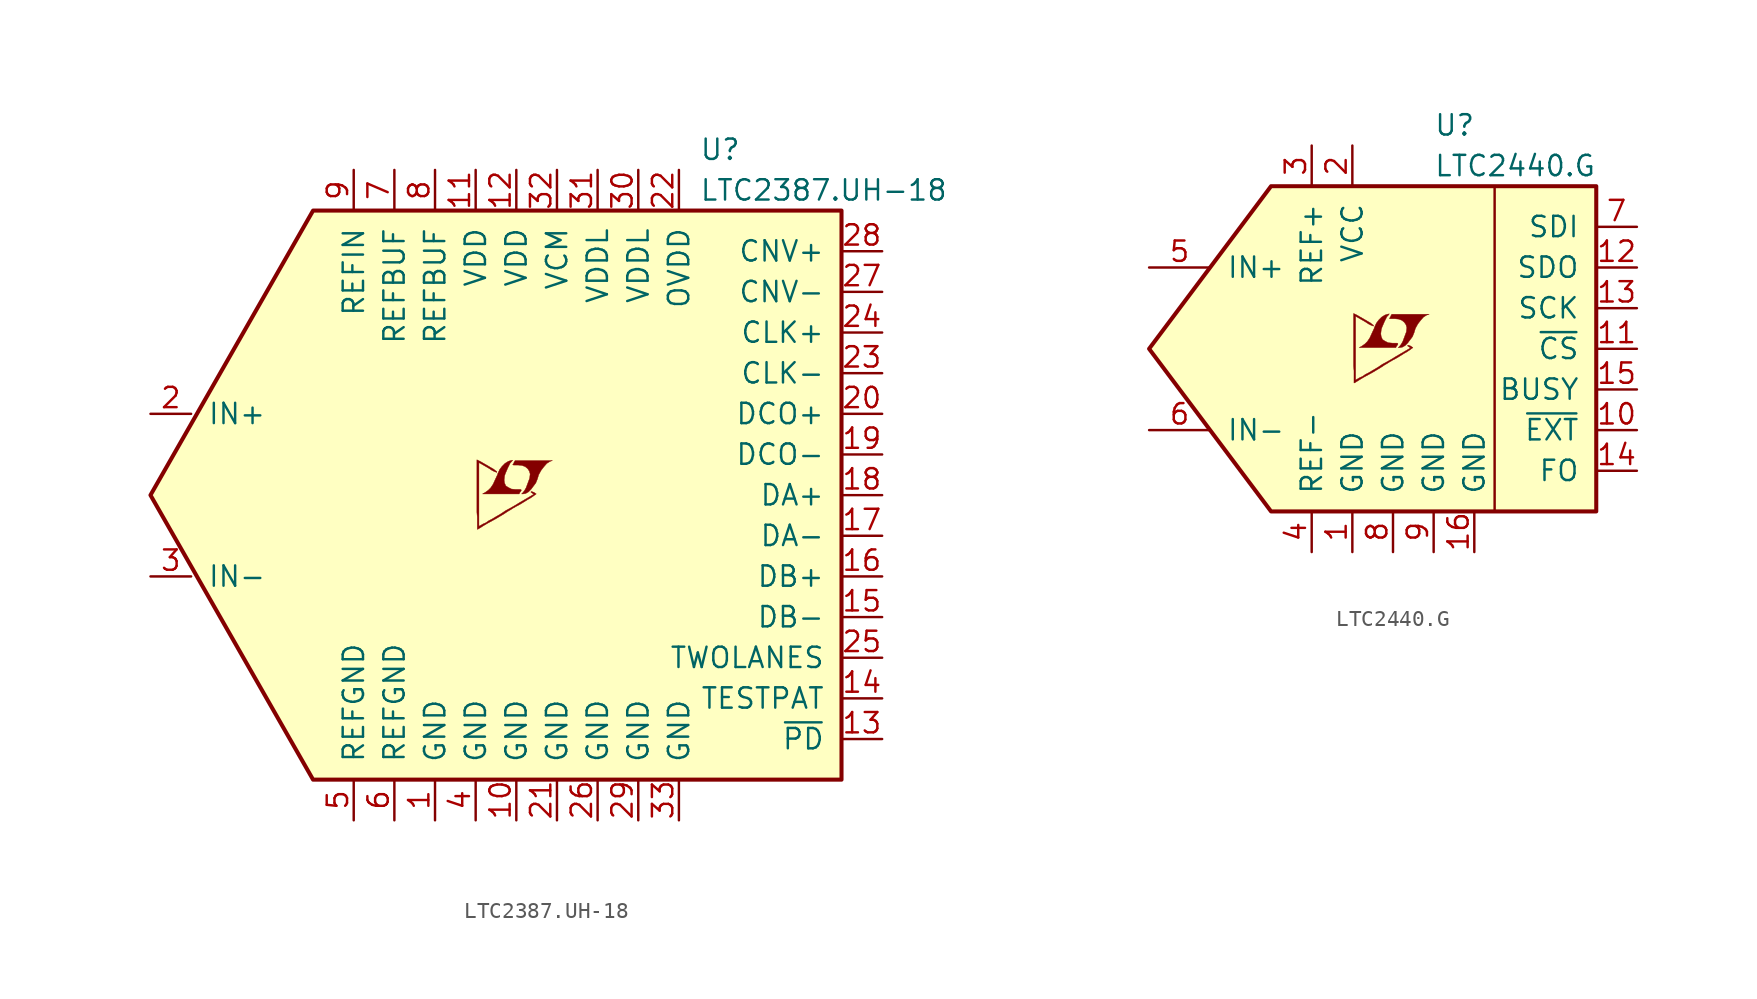
<source format=kicad_sym>
(kicad_symbol_lib
  (version 20201005)
  (generator kicad_symbol_editor)
  (symbol "LTC2387.UH-18"
    (pin_names
      (offset 1.016))
    (property "Reference" "U"
      (at 11.43 21.59 0)
      (effects (font (size 1.27 1.27)) (justify left)))
    (property "Value" "LTC2387.UH-18"
      (at 11.43 19.05 0)
      (effects (font (size 1.27 1.27)) (justify left)))
    (symbol "LTC2387.UH-18_0_0"
      (polyline (pts (xy 0.584 0.102) (xy 0.762 0.203) (xy 0.914 0.356) (xy 1.219 0.762) (xy 1.321 1.016) (xy 1.397 1.27) (xy 1.549 1.549) (xy 1.727 1.778) (xy 1.905 1.981) (xy 2.108 2.108) (xy 2.261 2.159) (xy -0.076 2.159) (xy -0.152 2.032) (xy -0.152 2.007) (xy -0.203 1.93) (xy -0.229 1.905) (xy -0.178 1.88) (xy 0.102 1.88) (xy 0.356 1.854) (xy 0.559 1.778) (xy 0.711 1.651) (xy 0.813 1.499) (xy 0.864 1.321) (xy 0.838 1.092) (xy 0.838 1.067) (xy 0.61 0.457) (xy 0.508 0.279) (xy 0.406 0.152) (xy 0.33 0.076) (xy 0.432 0.076) (xy 0.584 0.102)) (stroke (width 0.025)) (fill (type outline)))
      (polyline (pts (xy 0.229 0.178) (xy 0.254 0.203) (xy 0.305 0.279) (xy 0.305 0.33) (xy 0.254 0.356) (xy -0.051 0.356) (xy -0.305 0.381) (xy -0.508 0.483) (xy -0.66 0.584) (xy -0.737 0.762) (xy -0.762 0.94) (xy -0.737 1.168) (xy -0.737 1.194) (xy -0.686 1.346) (xy -0.533 1.702) (xy -0.381 2.007) (xy -0.305 2.083) (xy -0.229 2.184) (xy -0.356 2.159) (xy -0.508 2.108) (xy -0.711 1.981) (xy -0.889 1.803) (xy -1.041 1.6) (xy -1.168 1.321) (xy -1.168 1.295) (xy -1.321 0.965) (xy -1.448 0.686) (xy -1.6 0.457) (xy -1.753 0.305) (xy -1.93 0.178) (xy -2.108 0.076) (xy 0.178 0.076) (xy 0.229 0.178)) (stroke (width 0.025)) (fill (type outline)))
      (polyline (pts (xy -2.362 -2.108) (xy -2.286 -2.057) (xy -2.159 -1.981) (xy -2.083 -1.93) (xy -1.829 -1.778) (xy -1.27 -1.473) (xy -0.762 -1.168) (xy -0.533 -1.016) (xy -0.356 -0.914) (xy -0.203 -0.813) (xy -0.102 -0.762) (xy -0.025 -0.711) (xy 0.127 -0.635) (xy 0.305 -0.533) (xy 0.711 -0.279) (xy 0.889 -0.178) (xy 1.041 -0.076) (xy 1.143 0) (xy 1.219 0.051) (xy 1.245 0.076) (xy 1.092 0.178) (xy 0.94 0.229) (xy 0.914 0.203) (xy 0.914 0.178) (xy 0.991 0.127) (xy 1.092 0.051) (xy 0.178 -0.483) (xy -0.025 -0.61) (xy -0.33 -0.787) (xy -0.66 -0.965) (xy -0.965 -1.168) (xy -1.27 -1.346) (xy -1.524 -1.499) (xy -1.727 -1.6) (xy -1.905 -1.727) (xy -2.083 -1.803) (xy -2.21 -1.88) (xy -2.311 -1.93) (xy -2.337 -1.956) (xy -2.337 2.032) (xy -1.803 1.727) (xy -1.676 1.651) (xy -1.524 1.549) (xy -1.372 1.473) (xy -1.295 1.448) (xy -1.245 1.422) (xy -1.219 1.422) (xy -1.219 1.473) (xy -1.295 1.524) (xy -1.422 1.626) (xy -1.6 1.727) (xy -1.727 1.803) (xy -2.083 2.007) (xy -2.21 2.083) (xy -2.464 2.21) (xy -2.464 -1.067) (xy -2.438 -1.372) (xy -2.438 -2.134) (xy -2.413 -2.134) (xy -2.362 -2.108)) (stroke (width 0.025)) (fill (type outline))))
    (symbol "LTC2387.UH-18_0_1"
      (polyline (pts (xy 20.32 17.78) (xy 20.32 -17.78) (xy -12.7 -17.78) (xy -22.86 0) (xy -12.7 17.78) (xy 20.32 17.78)) (stroke (width 0.254)) (fill (type background))))
    (symbol "LTC2387.UH-18_1_1"
      (pin power_in line (at -5.08 -20.32 90) (length 2.54) (name "GND" (effects (font (size 1.27 1.27)))) (number "1" (effects (font (size 1.27 1.27)))))
      (pin power_in line (at 0 -20.32 90) (length 2.54) (name "GND" (effects (font (size 1.27 1.27)))) (number "10" (effects (font (size 1.27 1.27)))))
      (pin power_in line (at -2.54 20.32 270) (length 2.54) (name "VDD" (effects (font (size 1.27 1.27)))) (number "11" (effects (font (size 1.27 1.27)))))
      (pin power_in line (at 0 20.32 270) (length 2.54) (name "VDD" (effects (font (size 1.27 1.27)))) (number "12" (effects (font (size 1.27 1.27)))))
      (pin input line (at 22.86 -15.24 180) (length 2.54) (name "~PD~" (effects (font (size 1.27 1.27)))) (number "13" (effects (font (size 1.27 1.27)))))
      (pin input line (at 22.86 -12.7 180) (length 2.54) (name "TESTPAT" (effects (font (size 1.27 1.27)))) (number "14" (effects (font (size 1.27 1.27)))))
      (pin output line (at 22.86 -7.62 180) (length 2.54) (name "DB-" (effects (font (size 1.27 1.27)))) (number "15" (effects (font (size 1.27 1.27)))))
      (pin output line (at 22.86 -5.08 180) (length 2.54) (name "DB+" (effects (font (size 1.27 1.27)))) (number "16" (effects (font (size 1.27 1.27)))))
      (pin output line (at 22.86 -2.54 180) (length 2.54) (name "DA-" (effects (font (size 1.27 1.27)))) (number "17" (effects (font (size 1.27 1.27)))))
      (pin output line (at 22.86 0 180) (length 2.54) (name "DA+" (effects (font (size 1.27 1.27)))) (number "18" (effects (font (size 1.27 1.27)))))
      (pin output line (at 22.86 2.54 180) (length 2.54) (name "DCO-" (effects (font (size 1.27 1.27)))) (number "19" (effects (font (size 1.27 1.27)))))
      (pin input line (at -22.86 5.08 0) (length 2.54) (name "IN+" (effects (font (size 1.27 1.27)))) (number "2" (effects (font (size 1.27 1.27)))))
      (pin output line (at 22.86 5.08 180) (length 2.54) (name "DCO+" (effects (font (size 1.27 1.27)))) (number "20" (effects (font (size 1.27 1.27)))))
      (pin power_in line (at 2.54 -20.32 90) (length 2.54) (name "GND" (effects (font (size 1.27 1.27)))) (number "21" (effects (font (size 1.27 1.27)))))
      (pin power_in line (at 10.16 20.32 270) (length 2.54) (name "OVDD" (effects (font (size 1.27 1.27)))) (number "22" (effects (font (size 1.27 1.27)))))
      (pin input line (at 22.86 7.62 180) (length 2.54) (name "CLK-" (effects (font (size 1.27 1.27)))) (number "23" (effects (font (size 1.27 1.27)))))
      (pin input line (at 22.86 10.16 180) (length 2.54) (name "CLK+" (effects (font (size 1.27 1.27)))) (number "24" (effects (font (size 1.27 1.27)))))
      (pin input line (at 22.86 -10.16 180) (length 2.54) (name "TWOLANES" (effects (font (size 1.27 1.27)))) (number "25" (effects (font (size 1.27 1.27)))))
      (pin power_in line (at 5.08 -20.32 90) (length 2.54) (name "GND" (effects (font (size 1.27 1.27)))) (number "26" (effects (font (size 1.27 1.27)))))
      (pin input line (at 22.86 12.7 180) (length 2.54) (name "CNV-" (effects (font (size 1.27 1.27)))) (number "27" (effects (font (size 1.27 1.27)))))
      (pin input line (at 22.86 15.24 180) (length 2.54) (name "CNV+" (effects (font (size 1.27 1.27)))) (number "28" (effects (font (size 1.27 1.27)))))
      (pin power_in line (at 7.62 -20.32 90) (length 2.54) (name "GND" (effects (font (size 1.27 1.27)))) (number "29" (effects (font (size 1.27 1.27)))))
      (pin input line (at -22.86 -5.08 0) (length 2.54) (name "IN-" (effects (font (size 1.27 1.27)))) (number "3" (effects (font (size 1.27 1.27)))))
      (pin power_in line (at 7.62 20.32 270) (length 2.54) (name "VDDL" (effects (font (size 1.27 1.27)))) (number "30" (effects (font (size 1.27 1.27)))))
      (pin power_in line (at 5.08 20.32 270) (length 2.54) (name "VDDL" (effects (font (size 1.27 1.27)))) (number "31" (effects (font (size 1.27 1.27)))))
      (pin passive line (at 2.54 20.32 270) (length 2.54) (name "VCM" (effects (font (size 1.27 1.27)))) (number "32" (effects (font (size 1.27 1.27)))))
      (pin power_in line (at 10.16 -20.32 90) (length 2.54) (name "GND" (effects (font (size 1.27 1.27)))) (number "33" (effects (font (size 1.27 1.27)))))
      (pin power_in line (at -2.54 -20.32 90) (length 2.54) (name "GND" (effects (font (size 1.27 1.27)))) (number "4" (effects (font (size 1.27 1.27)))))
      (pin power_in line (at -10.16 -20.32 90) (length 2.54) (name "REFGND" (effects (font (size 1.27 1.27)))) (number "5" (effects (font (size 1.27 1.27)))))
      (pin power_in line (at -7.62 -20.32 90) (length 2.54) (name "REFGND" (effects (font (size 1.27 1.27)))) (number "6" (effects (font (size 1.27 1.27)))))
      (pin passive line (at -7.62 20.32 270) (length 2.54) (name "REFBUF" (effects (font (size 1.27 1.27)))) (number "7" (effects (font (size 1.27 1.27)))))
      (pin passive line (at -5.08 20.32 270) (length 2.54) (name "REFBUF" (effects (font (size 1.27 1.27)))) (number "8" (effects (font (size 1.27 1.27)))))
      (pin passive line (at -10.16 20.32 270) (length 2.54) (name "REFIN" (effects (font (size 1.27 1.27)))) (number "9" (effects (font (size 1.27 1.27)))))))
  (symbol "LTC2440.G"
    (pin_names
      (offset 1.016))
    (property "Reference" "U"
      (at 2.54 13.97 0)
      (effects (font (size 1.27 1.27)) (justify left)))
    (property "Value" "LTC2440.G"
      (at 2.54 11.43 0)
      (effects (font (size 1.27 1.27)) (justify left)))
    (symbol "LTC2440.G_0_0"
      (polyline (pts (xy 0.584 0.102) (xy 0.762 0.203) (xy 0.914 0.356) (xy 1.219 0.762) (xy 1.321 1.016) (xy 1.397 1.27) (xy 1.549 1.549) (xy 1.727 1.778) (xy 1.905 1.981) (xy 2.108 2.108) (xy 2.261 2.159) (xy -0.076 2.159) (xy -0.152 2.032) (xy -0.152 2.007) (xy -0.203 1.93) (xy -0.229 1.905) (xy -0.178 1.88) (xy 0.102 1.88) (xy 0.356 1.854) (xy 0.559 1.778) (xy 0.711 1.651) (xy 0.813 1.499) (xy 0.864 1.321) (xy 0.838 1.092) (xy 0.838 1.067) (xy 0.61 0.457) (xy 0.508 0.279) (xy 0.406 0.152) (xy 0.33 0.076) (xy 0.432 0.076) (xy 0.584 0.102)) (stroke (width 0.025)) (fill (type outline)))
      (polyline (pts (xy 0.229 0.178) (xy 0.254 0.203) (xy 0.305 0.279) (xy 0.305 0.33) (xy 0.254 0.356) (xy -0.051 0.356) (xy -0.305 0.381) (xy -0.508 0.483) (xy -0.66 0.584) (xy -0.737 0.762) (xy -0.762 0.94) (xy -0.737 1.168) (xy -0.737 1.194) (xy -0.686 1.346) (xy -0.533 1.702) (xy -0.381 2.007) (xy -0.305 2.083) (xy -0.229 2.184) (xy -0.356 2.159) (xy -0.508 2.108) (xy -0.711 1.981) (xy -0.889 1.803) (xy -1.041 1.6) (xy -1.168 1.321) (xy -1.168 1.295) (xy -1.321 0.965) (xy -1.448 0.686) (xy -1.6 0.457) (xy -1.753 0.305) (xy -1.93 0.178) (xy -2.108 0.076) (xy 0.178 0.076) (xy 0.229 0.178)) (stroke (width 0.025)) (fill (type outline)))
      (polyline (pts (xy -2.362 -2.108) (xy -2.286 -2.057) (xy -2.159 -1.981) (xy -2.083 -1.93) (xy -1.829 -1.778) (xy -1.27 -1.473) (xy -0.762 -1.168) (xy -0.533 -1.016) (xy -0.356 -0.914) (xy -0.203 -0.813) (xy -0.102 -0.762) (xy -0.025 -0.711) (xy 0.127 -0.635) (xy 0.305 -0.533) (xy 0.711 -0.279) (xy 0.889 -0.178) (xy 1.041 -0.076) (xy 1.143 0) (xy 1.219 0.051) (xy 1.245 0.076) (xy 1.092 0.178) (xy 0.94 0.229) (xy 0.914 0.203) (xy 0.914 0.178) (xy 0.991 0.127) (xy 1.092 0.051) (xy 0.178 -0.483) (xy -0.025 -0.61) (xy -0.33 -0.787) (xy -0.66 -0.965) (xy -0.965 -1.168) (xy -1.27 -1.346) (xy -1.524 -1.499) (xy -1.727 -1.6) (xy -1.905 -1.727) (xy -2.083 -1.803) (xy -2.21 -1.88) (xy -2.311 -1.93) (xy -2.337 -1.956) (xy -2.337 2.032) (xy -1.803 1.727) (xy -1.676 1.651) (xy -1.524 1.549) (xy -1.372 1.473) (xy -1.295 1.448) (xy -1.245 1.422) (xy -1.219 1.422) (xy -1.219 1.473) (xy -1.295 1.524) (xy -1.422 1.626) (xy -1.6 1.727) (xy -1.727 1.803) (xy -2.083 2.007) (xy -2.21 2.083) (xy -2.464 2.21) (xy -2.464 -1.067) (xy -2.438 -1.372) (xy -2.438 -2.134) (xy -2.413 -2.134) (xy -2.362 -2.108)) (stroke (width 0.025)) (fill (type outline))))
    (symbol "LTC2440.G_0_1"
      (polyline (pts (xy 6.35 10.16) (xy 6.35 -10.16)) (stroke (width 0)) (fill (type none)))
      (polyline (pts (xy -15.24 0) (xy -7.62 10.16) (xy 12.7 10.16) (xy 12.7 -10.16) (xy -7.62 -10.16) (xy -15.24 0)) (stroke (width 0.254)) (fill (type background))))
    (symbol "LTC2440.G_1_1"
      (pin power_in line (at -2.54 -12.7 90) (length 2.54) (name "GND" (effects (font (size 1.27 1.27)))) (number "1" (effects (font (size 1.27 1.27)))))
      (pin input line (at 15.24 -5.08 180) (length 2.54) (name "~EXT~" (effects (font (size 1.27 1.27)))) (number "10" (effects (font (size 1.27 1.27)))))
      (pin input line (at 15.24 0 180) (length 2.54) (name "~CS~" (effects (font (size 1.27 1.27)))) (number "11" (effects (font (size 1.27 1.27)))))
      (pin output line (at 15.24 5.08 180) (length 2.54) (name "SDO" (effects (font (size 1.27 1.27)))) (number "12" (effects (font (size 1.27 1.27)))))
      (pin input line (at 15.24 2.54 180) (length 2.54) (name "SCK" (effects (font (size 1.27 1.27)))) (number "13" (effects (font (size 1.27 1.27)))))
      (pin input line (at 15.24 -7.62 180) (length 2.54) (name "FO" (effects (font (size 1.27 1.27)))) (number "14" (effects (font (size 1.27 1.27)))))
      (pin output line (at 15.24 -2.54 180) (length 2.54) (name "BUSY" (effects (font (size 1.27 1.27)))) (number "15" (effects (font (size 1.27 1.27)))))
      (pin power_in line (at 5.08 -12.7 90) (length 2.54) (name "GND" (effects (font (size 1.27 1.27)))) (number "16" (effects (font (size 1.27 1.27)))))
      (pin power_in line (at -2.54 12.7 270) (length 2.54) (name "VCC" (effects (font (size 1.27 1.27)))) (number "2" (effects (font (size 1.27 1.27)))))
      (pin passive line (at -5.08 12.7 270) (length 2.54) (name "REF+" (effects (font (size 1.27 1.27)))) (number "3" (effects (font (size 1.27 1.27)))))
      (pin passive line (at -5.08 -12.7 90) (length 2.54) (name "REF-" (effects (font (size 1.27 1.27)))) (number "4" (effects (font (size 1.27 1.27)))))
      (pin input line (at -15.24 5.08 0) (length 3.81) (name "IN+" (effects (font (size 1.27 1.27)))) (number "5" (effects (font (size 1.27 1.27)))))
      (pin input line (at -15.24 -5.08 0) (length 3.81) (name "IN-" (effects (font (size 1.27 1.27)))) (number "6" (effects (font (size 1.27 1.27)))))
      (pin input line (at 15.24 7.62 180) (length 2.54) (name "SDI" (effects (font (size 1.27 1.27)))) (number "7" (effects (font (size 1.27 1.27)))))
      (pin power_in line (at 0 -12.7 90) (length 2.54) (name "GND" (effects (font (size 1.27 1.27)))) (number "8" (effects (font (size 1.27 1.27)))))
      (pin power_in line (at 2.54 -12.7 90) (length 2.54) (name "GND" (effects (font (size 1.27 1.27)))) (number "9" (effects (font (size 1.27 1.27))))))))
</source>
